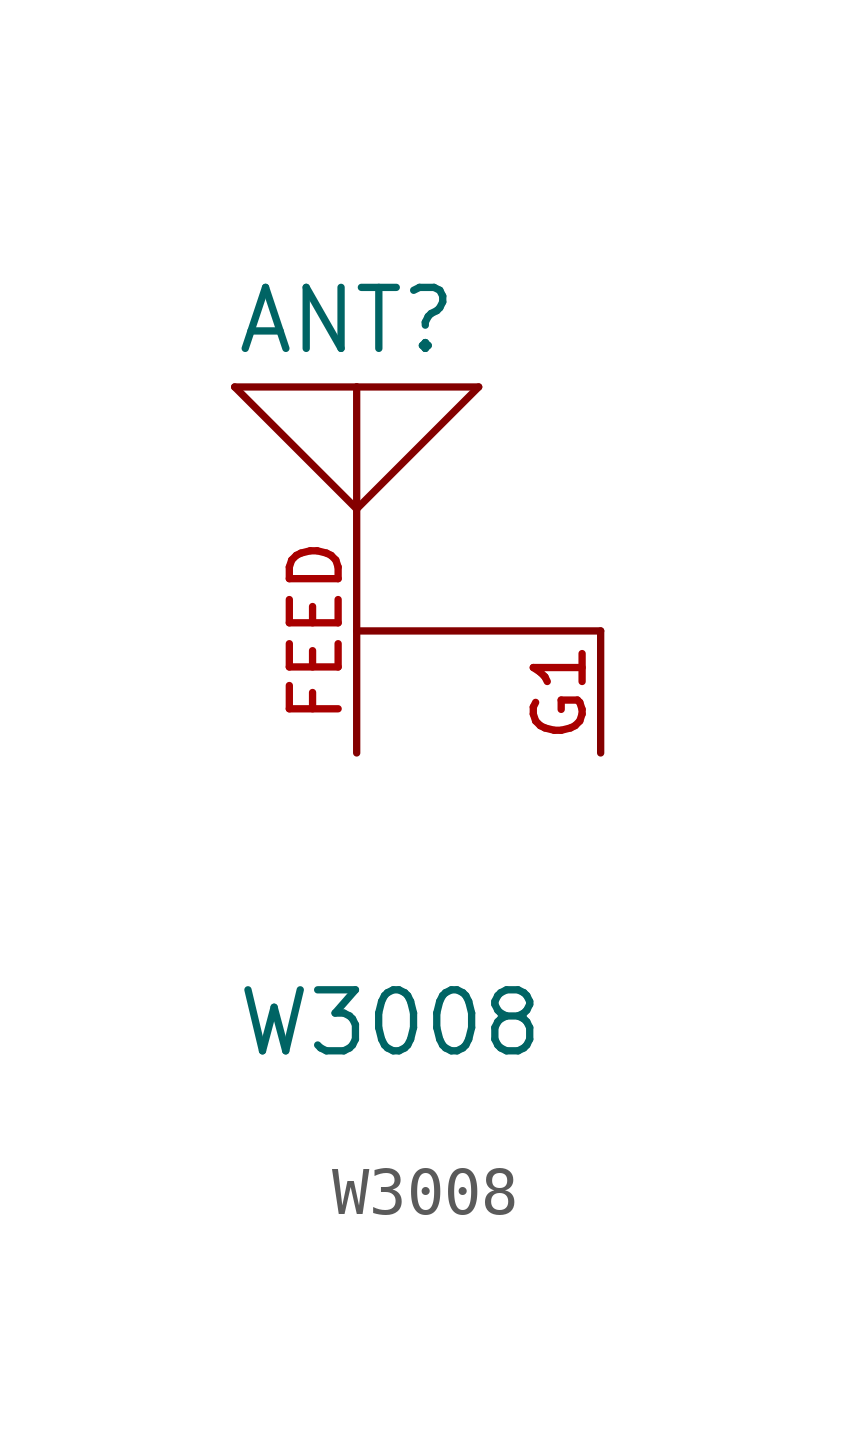
<source format=kicad_sym>
(kicad_symbol_lib
  (version 20211014)
  (generator kicad_symbol_editor)
  (symbol "W3008"
    (pin_names
      (offset 1.016))
    (property "Reference" "ANT"
      (at -2.542 5.72 0)
      (effects (font (size 1.27 1.27)) (justify bottom left)))
    (property "Value" "W3008"
      (at -2.545 -8.906 0)
      (effects (font (size 1.27 1.27)) (justify bottom left)))
    (symbol "W3008_0_0"
      (polyline (pts (xy -2.54 5.08) (xy 0.0 2.54)) (stroke (width 0.152)))
      (polyline (pts (xy 0.0 2.54) (xy 2.54 5.08)) (stroke (width 0.152)))
      (polyline (pts (xy 0.0 0.0) (xy 5.08 0.0)) (stroke (width 0.152)))
      (polyline (pts (xy -2.54 5.08) (xy 0.0 5.08)) (stroke (width 0.152)))
      (polyline (pts (xy 0.0 5.08) (xy 2.54 5.08)) (stroke (width 0.152)))
      (polyline (pts (xy 0.0 5.08) (xy 0.0 2.54)) (stroke (width 0.152)))
      (pin passive line (at 5.08 -2.54 90.0) (length 2.54) (name "~" (effects (font (size 1.016 1.016)))) (number "G1" (effects (font (size 1.016 1.016)))))
      (pin passive line (at 0.0 -2.54 90.0) (length 5.08) (name "~" (effects (font (size 1.016 1.016)))) (number "FEED" (effects (font (size 1.016 1.016))))))))
</source>
